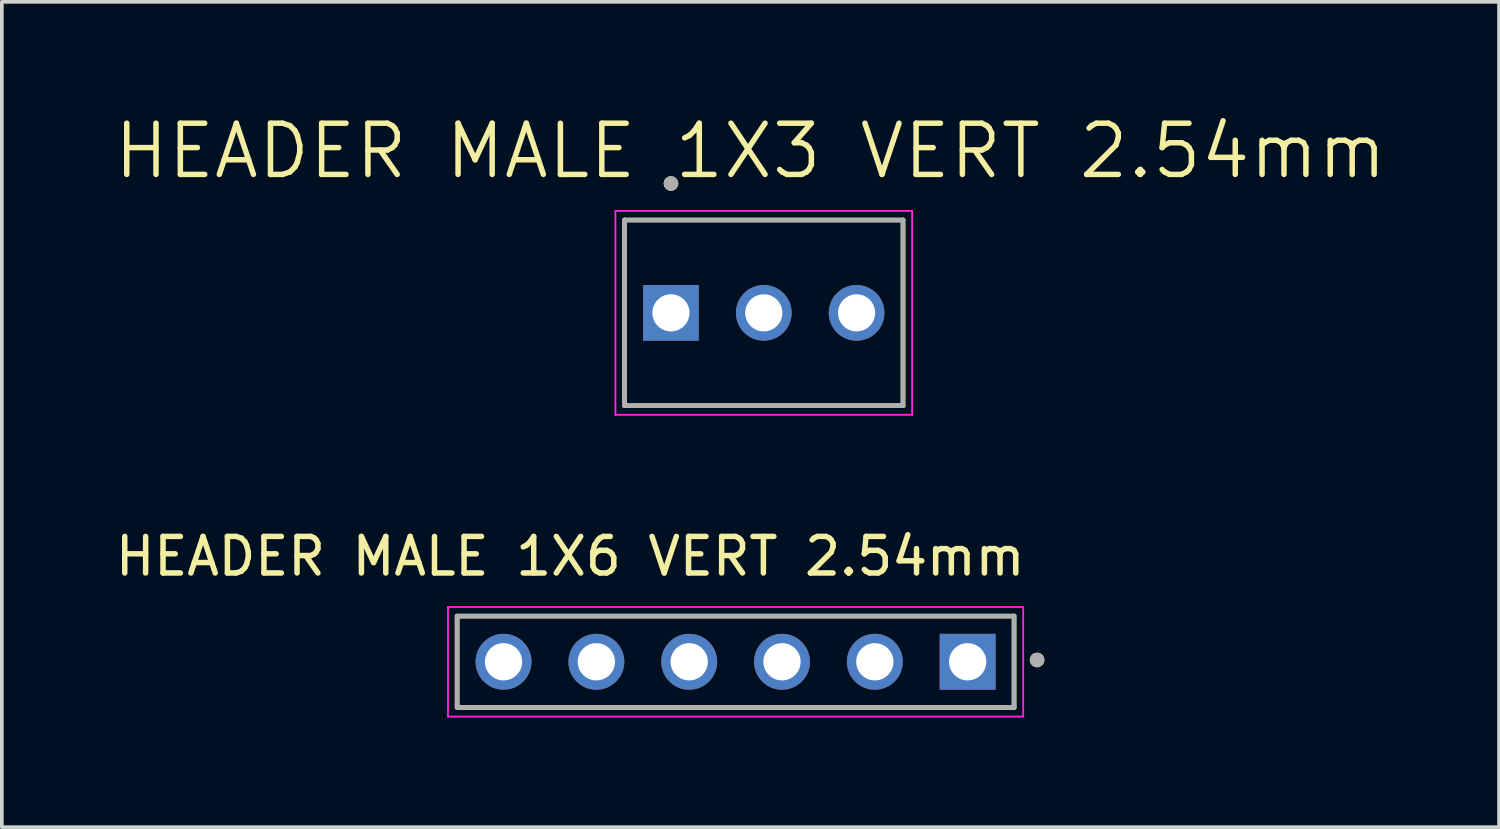
<source format=kicad_pcb>
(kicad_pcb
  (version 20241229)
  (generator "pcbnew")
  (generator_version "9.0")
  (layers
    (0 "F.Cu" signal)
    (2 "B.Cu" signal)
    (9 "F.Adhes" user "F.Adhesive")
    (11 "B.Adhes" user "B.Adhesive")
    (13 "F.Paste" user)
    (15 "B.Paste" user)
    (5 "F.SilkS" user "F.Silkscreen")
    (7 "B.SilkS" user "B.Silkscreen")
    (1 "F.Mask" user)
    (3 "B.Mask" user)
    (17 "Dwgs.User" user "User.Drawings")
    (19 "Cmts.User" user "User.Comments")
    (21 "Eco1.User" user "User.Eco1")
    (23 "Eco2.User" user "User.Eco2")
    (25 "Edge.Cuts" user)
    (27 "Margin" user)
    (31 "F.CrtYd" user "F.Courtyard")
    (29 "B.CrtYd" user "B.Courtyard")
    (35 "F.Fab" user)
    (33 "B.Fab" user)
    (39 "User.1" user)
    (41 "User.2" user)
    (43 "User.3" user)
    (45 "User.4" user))
  (footprint "HEADER MALE 1X6 VERT 2.54mm"
    (layer "F.Cu")
    (at 17.079 15.059)
    (property "Reference" "HEADER MALE 1X6 VERT 2.54mm" (at -4.525 -2.885 0) (layer "F.SilkS") (effects (font (size 1 1) (thickness 0.15))))
    (attr through_hole)
    (fp_line (start -7.62 1.25) (end -7.62 -1.25) (stroke (width 0.127) (type solid)) (layer "F.SilkS"))
    (fp_line (start 7.62 -1.25) (end -7.62 -1.25) (stroke (width 0.127) (type solid)) (layer "F.SilkS"))
    (fp_line (start 7.62 -1.25) (end 7.62 1.25) (stroke (width 0.127) (type solid)) (layer "F.SilkS"))
    (fp_line (start 7.62 1.25) (end -7.62 1.25) (stroke (width 0.127) (type solid)) (layer "F.SilkS"))
    (fp_circle (center 8.25 -0.05) (end 8.35 -0.05) (stroke (width 0.2) (type solid)) (fill no) (layer "F.SilkS"))
    (fp_line (start -7.87 -1.5) (end 7.87 -1.5) (stroke (width 0.05) (type solid)) (layer "F.CrtYd"))
    (fp_line (start -7.87 1.5) (end -7.87 -1.5) (stroke (width 0.05) (type solid)) (layer "F.CrtYd"))
    (fp_line (start 7.87 -1.5) (end 7.87 1.5) (stroke (width 0.05) (type solid)) (layer "F.CrtYd"))
    (fp_line (start 7.87 1.5) (end -7.87 1.5) (stroke (width 0.05) (type solid)) (layer "F.CrtYd"))
    (fp_line (start -7.62 -1.25) (end 7.62 -1.25) (stroke (width 0.127) (type solid)) (layer "F.Fab"))
    (fp_line (start -7.62 1.25) (end -7.62 -1.25) (stroke (width 0.127) (type solid)) (layer "F.Fab"))
    (fp_line (start 7.62 -1.25) (end 7.62 1.25) (stroke (width 0.127) (type solid)) (layer "F.Fab"))
    (fp_line (start 7.62 1.25) (end -7.62 1.25) (stroke (width 0.127) (type solid)) (layer "F.Fab"))
    (fp_circle (center 8.25 -0.05) (end 8.35 -0.05) (stroke (width 0.2) (type solid)) (fill no) (layer "F.Fab"))
    (pad "1" thru_hole rect (at 6.35 0) (size 1.53 1.53) (drill 1.02) (layers "*.Cu" "*.Mask"))
    (pad "2" thru_hole circle (at 3.81 0) (size 1.53 1.53) (drill 1.02) (layers "*.Cu" "*.Mask"))
    (pad "3" thru_hole circle (at 1.27 0) (size 1.53 1.53) (drill 1.02) (layers "*.Cu" "*.Mask"))
    (pad "4" thru_hole circle (at -1.27 0) (size 1.53 1.53) (drill 1.02) (layers "*.Cu" "*.Mask"))
    (pad "5" thru_hole circle (at -3.81 0) (size 1.53 1.53) (drill 1.02) (layers "*.Cu" "*.Mask"))
    (pad "6" thru_hole circle (at -6.35 0) (size 1.53 1.53) (drill 1.02) (layers "*.Cu" "*.Mask")))
  (footprint "HEADER MALE 1X3 VERT 2.54mm"
    (layer "F.Cu")
    (at 17.85 5.511)
    (property "Reference" "HEADER MALE 1X3 VERT 2.54mm" (at -0.365 -4.429 0) (layer "F.SilkS") (effects (font (size 1.4 1.4) (thickness 0.15))))
    (attr through_hole)
    (fp_line (start -3.81 -2.54) (end 3.81 -2.54) (stroke (width 0.127) (type solid)) (layer "F.SilkS"))
    (fp_line (start -3.81 2.54) (end -3.81 -2.54) (stroke (width 0.127) (type solid)) (layer "F.SilkS"))
    (fp_line (start 3.81 -2.54) (end 3.81 2.54) (stroke (width 0.127) (type solid)) (layer "F.SilkS"))
    (fp_line (start 3.81 2.54) (end -3.81 2.54) (stroke (width 0.127) (type solid)) (layer "F.SilkS"))
    (fp_circle (center -2.54 -3.54) (end -2.44 -3.54) (stroke (width 0.2) (type solid)) (fill no) (layer "F.SilkS"))
    (fp_line (start -4.06 -2.79) (end 4.06 -2.79) (stroke (width 0.05) (type solid)) (layer "F.CrtYd"))
    (fp_line (start -4.06 2.79) (end -4.06 -2.79) (stroke (width 0.05) (type solid)) (layer "F.CrtYd"))
    (fp_line (start 4.06 -2.79) (end 4.06 2.79) (stroke (width 0.05) (type solid)) (layer "F.CrtYd"))
    (fp_line (start 4.06 2.79) (end -4.06 2.79) (stroke (width 0.05) (type solid)) (layer "F.CrtYd"))
    (fp_line (start -3.81 -2.54) (end 3.81 -2.54) (stroke (width 0.127) (type solid)) (layer "F.Fab"))
    (fp_line (start -3.81 2.54) (end -3.81 -2.54) (stroke (width 0.127) (type solid)) (layer "F.Fab"))
    (fp_line (start 3.81 -2.54) (end 3.81 2.54) (stroke (width 0.127) (type solid)) (layer "F.Fab"))
    (fp_line (start 3.81 2.54) (end -3.81 2.54) (stroke (width 0.127) (type solid)) (layer "F.Fab"))
    (fp_circle (center -2.54 -3.54) (end -2.44 -3.54) (stroke (width 0.2) (type solid)) (fill no) (layer "F.Fab"))
    (pad "1" thru_hole rect (at -2.54 0) (size 1.524 1.524) (drill 1.016) (layers "*.Cu" "*.Mask"))
    (pad "2" thru_hole circle (at 0 0) (size 1.524 1.524) (drill 1.016) (layers "*.Cu" "*.Mask"))
    (pad "3" thru_hole circle (at 2.54 0) (size 1.524 1.524) (drill 1.016) (layers "*.Cu" "*.Mask")))
  (gr_rect
    (start -3 -3)
    (end 37.97 19.584)
    (stroke (width 0.1) (type default))
    (fill no)
    (layer "Edge.Cuts")))
</source>
